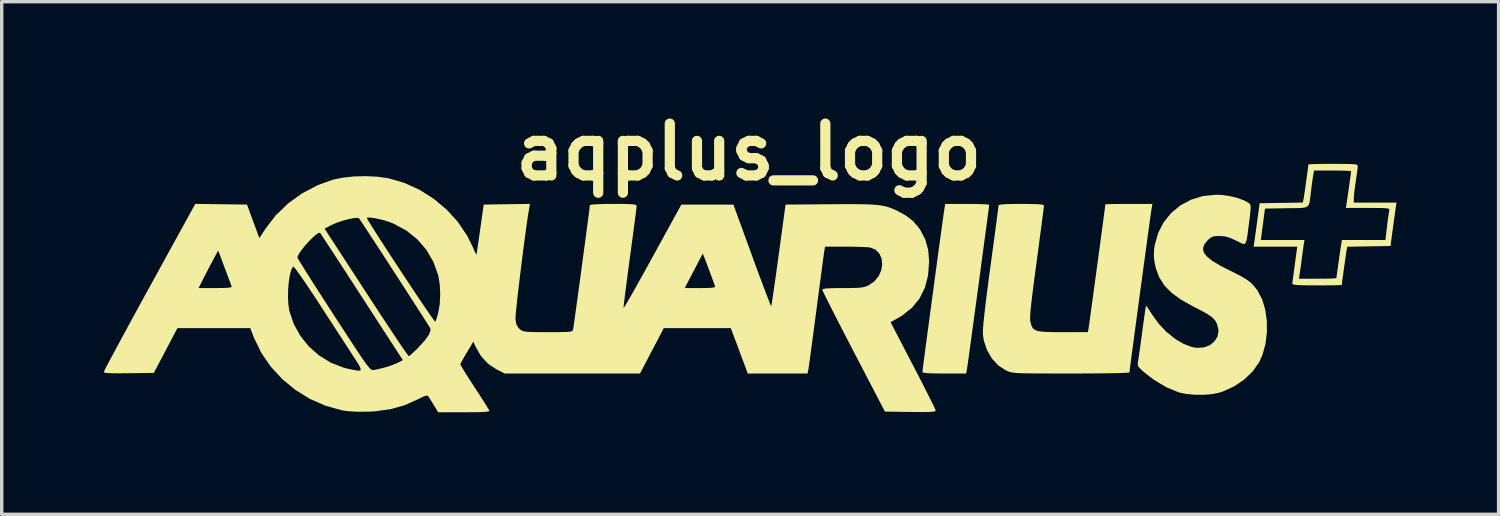
<source format=kicad_pcb>
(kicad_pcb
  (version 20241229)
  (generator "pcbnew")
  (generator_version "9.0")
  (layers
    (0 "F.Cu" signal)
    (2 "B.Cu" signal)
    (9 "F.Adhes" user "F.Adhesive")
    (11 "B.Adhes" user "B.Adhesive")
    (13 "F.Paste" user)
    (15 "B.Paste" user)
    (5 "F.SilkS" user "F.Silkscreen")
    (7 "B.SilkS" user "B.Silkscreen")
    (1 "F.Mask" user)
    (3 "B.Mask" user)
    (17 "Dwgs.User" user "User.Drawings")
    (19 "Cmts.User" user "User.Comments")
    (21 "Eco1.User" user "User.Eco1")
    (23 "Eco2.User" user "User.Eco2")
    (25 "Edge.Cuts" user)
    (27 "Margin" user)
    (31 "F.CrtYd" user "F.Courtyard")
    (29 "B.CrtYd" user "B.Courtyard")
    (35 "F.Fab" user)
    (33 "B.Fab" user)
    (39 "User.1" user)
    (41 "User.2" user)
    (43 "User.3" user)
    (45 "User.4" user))
  (footprint "aqplus_logo"
    (layer "F.Cu")
    (at 18.962 5.418)
    (property "Reference" "aqplus_logo" (at 0 -4 0) (layer "F.SilkS") (effects (font (size 1.524 1.524) (thickness 0.3))))
    (attr board_only exclude_from_pos_files exclude_from_bom)
    (fp_poly (pts (xy 6.637 -2.472) (xy 6.821 -2.468) (xy 6.963 -2.461) (xy 7.048 -2.454) (xy 7.066 -2.447) (xy 7.061 -2.403) (xy 7.047 -2.289) (xy 7.024 -2.113) (xy 6.993 -1.884) (xy 6.957 -1.61) (xy 6.915 -1.299) (xy 6.869 -0.959) (xy 6.821 -0.599) (xy 6.771 -0.226) (xy 6.72 0.151) (xy 6.669 0.524) (xy 6.62 0.885) (xy 6.574 1.226) (xy 6.531 1.538) (xy 6.493 1.814) (xy 6.462 2.045) (xy 6.437 2.223) (xy 6.42 2.34) (xy 6.413 2.385) (xy 6.39 2.513) (xy 5.747 2.513) (xy 5.48 2.51) (xy 5.287 2.504) (xy 5.164 2.493) (xy 5.108 2.476) (xy 5.104 2.469) (xy 5.109 2.421) (xy 5.123 2.304) (xy 5.146 2.125) (xy 5.177 1.894) (xy 5.213 1.617) (xy 5.255 1.304) (xy 5.301 0.962) (xy 5.349 0.6) (xy 5.4 0.226) (xy 5.451 -0.152) (xy 5.501 -0.526) (xy 5.55 -0.886) (xy 5.596 -1.226) (xy 5.639 -1.537) (xy 5.677 -1.811) (xy 5.708 -2.039) (xy 5.733 -2.213) (xy 5.749 -2.326) (xy 5.755 -2.365) (xy 5.777 -2.473) (xy 6.422 -2.473)) (stroke (width 0) (type solid)) (fill yes) (layer "F.SilkS"))
    (fp_poly (pts (xy 13.883 -2.739) (xy 14.114 -2.709) (xy 14.345 -2.654) (xy 14.549 -2.582) (xy 14.701 -2.499) (xy 14.729 -2.474) (xy 14.747 -2.441) (xy 14.754 -2.386) (xy 14.749 -2.295) (xy 14.735 -2.155) (xy 14.71 -1.953) (xy 14.705 -1.92) (xy 14.674 -1.674) (xy 14.65 -1.497) (xy 14.627 -1.381) (xy 14.598 -1.316) (xy 14.558 -1.295) (xy 14.5 -1.308) (xy 14.418 -1.348) (xy 14.328 -1.394) (xy 14.154 -1.474) (xy 14.012 -1.516) (xy 13.869 -1.531) (xy 13.836 -1.531) (xy 13.701 -1.526) (xy 13.61 -1.501) (xy 13.531 -1.445) (xy 13.481 -1.398) (xy 13.386 -1.277) (xy 13.35 -1.161) (xy 13.376 -1.044) (xy 13.468 -0.925) (xy 13.628 -0.797) (xy 13.858 -0.659) (xy 14.11 -0.53) (xy 14.348 -0.412) (xy 14.527 -0.316) (xy 14.662 -0.231) (xy 14.767 -0.148) (xy 14.854 -0.056) (xy 14.938 0.053) (xy 14.954 0.075) (xy 15.089 0.327) (xy 15.18 0.628) (xy 15.227 0.959) (xy 15.23 1.303) (xy 15.188 1.643) (xy 15.1 1.962) (xy 15.005 2.174) (xy 14.818 2.444) (xy 14.568 2.685) (xy 14.27 2.887) (xy 13.938 3.04) (xy 13.822 3.078) (xy 13.616 3.118) (xy 13.366 3.137) (xy 13.101 3.135) (xy 12.851 3.112) (xy 12.647 3.069) (xy 12.64 3.067) (xy 12.276 2.916) (xy 11.914 2.7) (xy 11.681 2.524) (xy 11.554 2.416) (xy 11.478 2.34) (xy 11.441 2.282) (xy 11.434 2.226) (xy 11.439 2.183) (xy 11.451 2.107) (xy 11.471 1.967) (xy 11.498 1.778) (xy 11.529 1.555) (xy 11.562 1.311) (xy 11.564 1.296) (xy 11.596 1.06) (xy 11.624 0.853) (xy 11.649 0.686) (xy 11.666 0.572) (xy 11.676 0.521) (xy 11.677 0.52) (xy 11.7 0.545) (xy 11.754 0.622) (xy 11.826 0.735) (xy 11.839 0.755) (xy 12.038 1.033) (xy 12.269 1.28) (xy 12.519 1.485) (xy 12.776 1.639) (xy 13.027 1.734) (xy 13.169 1.758) (xy 13.379 1.745) (xy 13.557 1.677) (xy 13.694 1.563) (xy 13.781 1.417) (xy 13.809 1.247) (xy 13.769 1.067) (xy 13.759 1.045) (xy 13.717 0.967) (xy 13.663 0.898) (xy 13.585 0.832) (xy 13.474 0.759) (xy 13.316 0.671) (xy 13.101 0.56) (xy 13.051 0.535) (xy 12.705 0.341) (xy 12.43 0.141) (xy 12.22 -0.073) (xy 12.068 -0.308) (xy 11.967 -0.573) (xy 11.929 -0.744) (xy 11.906 -0.942) (xy 11.913 -1.133) (xy 11.933 -1.264) (xy 12.034 -1.621) (xy 12.199 -1.939) (xy 12.42 -2.211) (xy 12.691 -2.433) (xy 13.004 -2.599) (xy 13.352 -2.705) (xy 13.728 -2.743)) (stroke (width 0) (type solid)) (fill yes) (layer "F.SilkS"))
    (fp_poly (pts (xy 11.842 -2.346) (xy 11.833 -2.286) (xy 11.814 -2.158) (xy 11.788 -1.97) (xy 11.755 -1.731) (xy 11.716 -1.448) (xy 11.673 -1.13) (xy 11.626 -0.785) (xy 11.577 -0.421) (xy 11.526 -0.047) (xy 11.475 0.33) (xy 11.425 0.701) (xy 11.377 1.058) (xy 11.332 1.393) (xy 11.291 1.698) (xy 11.255 1.964) (xy 11.226 2.184) (xy 11.205 2.348) (xy 11.192 2.45) (xy 11.189 2.481) (xy 11.151 2.487) (xy 11.042 2.493) (xy 10.871 2.499) (xy 10.645 2.504) (xy 10.373 2.508) (xy 10.061 2.51) (xy 9.719 2.512) (xy 9.471 2.512) (xy 9.059 2.512) (xy 8.718 2.511) (xy 8.441 2.51) (xy 8.219 2.508) (xy 8.044 2.504) (xy 7.911 2.499) (xy 7.81 2.491) (xy 7.733 2.48) (xy 7.675 2.467) (xy 7.626 2.451) (xy 7.579 2.431) (xy 7.557 2.42) (xy 7.335 2.276) (xy 7.147 2.072) (xy 7.002 1.823) (xy 6.909 1.545) (xy 6.882 1.36) (xy 6.882 1.252) (xy 6.894 1.076) (xy 6.918 0.831) (xy 6.954 0.515) (xy 7.002 0.125) (xy 7.063 -0.338) (xy 7.103 -0.63) (xy 7.152 -0.993) (xy 7.198 -1.332) (xy 7.239 -1.64) (xy 7.275 -1.908) (xy 7.304 -2.129) (xy 7.326 -2.294) (xy 7.338 -2.396) (xy 7.341 -2.426) (xy 7.364 -2.445) (xy 7.438 -2.458) (xy 7.569 -2.467) (xy 7.765 -2.472) (xy 8.009 -2.473) (xy 8.266 -2.472) (xy 8.453 -2.467) (xy 8.578 -2.459) (xy 8.65 -2.446) (xy 8.676 -2.428) (xy 8.676 -2.424) (xy 8.671 -2.376) (xy 8.657 -2.258) (xy 8.634 -2.079) (xy 8.604 -1.848) (xy 8.567 -1.573) (xy 8.526 -1.261) (xy 8.481 -0.923) (xy 8.459 -0.757) (xy 8.404 -0.346) (xy 8.359 -0.005) (xy 8.325 0.272) (xy 8.299 0.494) (xy 8.282 0.667) (xy 8.273 0.798) (xy 8.27 0.896) (xy 8.273 0.966) (xy 8.283 1.017) (xy 8.283 1.018) (xy 8.311 1.108) (xy 8.347 1.177) (xy 8.401 1.226) (xy 8.484 1.259) (xy 8.606 1.28) (xy 8.779 1.291) (xy 9.011 1.295) (xy 9.233 1.296) (xy 9.968 1.296) (xy 9.99 1.168) (xy 9.999 1.111) (xy 10.016 0.988) (xy 10.041 0.807) (xy 10.072 0.579) (xy 10.109 0.313) (xy 10.149 0.017) (xy 10.192 -0.298) (xy 10.236 -0.623) (xy 10.28 -0.949) (xy 10.323 -1.266) (xy 10.363 -1.564) (xy 10.4 -1.836) (xy 10.431 -2.07) (xy 10.456 -2.257) (xy 10.473 -2.389) (xy 10.481 -2.456) (xy 10.482 -2.462) (xy 10.519 -2.465) (xy 10.622 -2.469) (xy 10.779 -2.471) (xy 10.976 -2.473) (xy 11.173 -2.473) (xy 11.865 -2.473)) (stroke (width 0) (type solid)) (fill yes) (layer "F.SilkS"))
    (fp_poly (pts (xy 17.432 -3.65) (xy 17.62 -3.648) (xy 17.75 -3.643) (xy 17.833 -3.635) (xy 17.879 -3.621) (xy 17.898 -3.602) (xy 17.901 -3.582) (xy 17.895 -3.515) (xy 17.879 -3.391) (xy 17.857 -3.232) (xy 17.843 -3.141) (xy 17.817 -2.962) (xy 17.797 -2.799) (xy 17.786 -2.676) (xy 17.785 -2.64) (xy 17.784 -2.513) (xy 19.041 -2.513) (xy 19.018 -2.365) (xy 19.004 -2.269) (xy 18.983 -2.116) (xy 18.957 -1.927) (xy 18.929 -1.727) (xy 18.864 -1.237) (xy 18.227 -1.226) (xy 17.591 -1.215) (xy 17.569 -1.088) (xy 17.557 -1.013) (xy 17.539 -0.886) (xy 17.516 -0.727) (xy 17.492 -0.554) (xy 17.469 -0.385) (xy 17.449 -0.239) (xy 17.435 -0.135) (xy 17.431 -0.091) (xy 17.393 -0.087) (xy 17.29 -0.084) (xy 17.132 -0.081) (xy 16.933 -0.079) (xy 16.704 -0.079) (xy 16.435 -0.08) (xy 16.236 -0.084) (xy 16.1 -0.092) (xy 16.018 -0.103) (xy 15.982 -0.119) (xy 15.979 -0.128) (xy 15.985 -0.183) (xy 15.999 -0.3) (xy 16.02 -0.463) (xy 16.046 -0.655) (xy 16.051 -0.697) (xy 16.122 -1.217) (xy 14.839 -1.217) (xy 14.862 -1.364) (xy 14.869 -1.413) (xy 15.052 -1.413) (xy 16.335 -1.413) (xy 16.314 -1.286) (xy 16.299 -1.185) (xy 16.278 -1.036) (xy 16.256 -0.868) (xy 16.253 -0.844) (xy 16.231 -0.676) (xy 16.209 -0.523) (xy 16.193 -0.413) (xy 16.191 -0.402) (xy 16.171 -0.275) (xy 16.722 -0.275) (xy 16.92 -0.276) (xy 17.086 -0.279) (xy 17.207 -0.285) (xy 17.269 -0.291) (xy 17.274 -0.293) (xy 17.279 -0.338) (xy 17.293 -0.443) (xy 17.313 -0.589) (xy 17.337 -0.758) (xy 17.361 -0.932) (xy 17.384 -1.092) (xy 17.403 -1.22) (xy 17.414 -1.286) (xy 17.434 -1.413) (xy 18.714 -1.413) (xy 18.761 -1.816) (xy 18.783 -1.992) (xy 18.804 -2.143) (xy 18.821 -2.25) (xy 18.829 -2.287) (xy 18.831 -2.312) (xy 18.813 -2.33) (xy 18.764 -2.343) (xy 18.674 -2.35) (xy 18.532 -2.354) (xy 18.328 -2.355) (xy 18.2 -2.355) (xy 17.55 -2.355) (xy 17.568 -2.463) (xy 17.581 -2.545) (xy 17.6 -2.675) (xy 17.623 -2.835) (xy 17.648 -3.007) (xy 17.671 -3.172) (xy 17.69 -3.31) (xy 17.702 -3.405) (xy 17.705 -3.436) (xy 17.669 -3.443) (xy 17.567 -3.449) (xy 17.416 -3.453) (xy 17.228 -3.455) (xy 17.16 -3.455) (xy 16.615 -3.455) (xy 16.593 -3.327) (xy 16.577 -3.228) (xy 16.556 -3.079) (xy 16.534 -2.909) (xy 16.529 -2.866) (xy 16.507 -2.679) (xy 16.489 -2.544) (xy 16.463 -2.453) (xy 16.416 -2.396) (xy 16.338 -2.365) (xy 16.216 -2.353) (xy 16.038 -2.349) (xy 15.811 -2.347) (xy 15.173 -2.336) (xy 15.113 -1.875) (xy 15.052 -1.413) (xy 14.869 -1.413) (xy 14.876 -1.461) (xy 14.897 -1.614) (xy 14.923 -1.802) (xy 14.95 -2.002) (xy 15.016 -2.493) (xy 15.651 -2.504) (xy 16.286 -2.514) (xy 16.308 -2.621) (xy 16.32 -2.691) (xy 16.338 -2.815) (xy 16.361 -2.973) (xy 16.386 -3.148) (xy 16.41 -3.32) (xy 16.43 -3.471) (xy 16.444 -3.581) (xy 16.449 -3.633) (xy 16.486 -3.638) (xy 16.59 -3.644) (xy 16.747 -3.647) (xy 16.947 -3.65) (xy 17.175 -3.651)) (stroke (width 0) (type solid)) (fill yes) (layer "F.SilkS"))
    (fp_poly (pts (xy -10.895 -3.272) (xy -10.595 -3.227) (xy -10.126 -3.092) (xy -9.677 -2.888) (xy -9.259 -2.623) (xy -8.881 -2.305) (xy -8.551 -1.942) (xy -8.28 -1.54) (xy -8.123 -1.226) (xy -8.069 -1.101) (xy -8.027 -1.014) (xy -8.006 -0.981) (xy -8.005 -0.981) (xy -7.998 -1.025) (xy -7.982 -1.133) (xy -7.958 -1.295) (xy -7.929 -1.496) (xy -7.896 -1.726) (xy -7.896 -1.727) (xy -7.793 -2.454) (xy -6.434 -2.475) (xy -6.456 -2.347) (xy -6.486 -2.163) (xy -6.521 -1.93) (xy -6.559 -1.658) (xy -6.599 -1.358) (xy -6.641 -1.04) (xy -6.682 -0.714) (xy -6.722 -0.391) (xy -6.759 -0.081) (xy -6.793 0.205) (xy -6.82 0.458) (xy -6.842 0.667) (xy -6.855 0.821) (xy -6.859 0.91) (xy -6.859 0.92) (xy -6.833 1.064) (xy -6.779 1.161) (xy -6.736 1.205) (xy -6.695 1.237) (xy -6.651 1.26) (xy -6.592 1.276) (xy -6.504 1.287) (xy -6.377 1.292) (xy -6.197 1.295) (xy -5.953 1.296) (xy -5.907 1.296) (xy -5.652 1.295) (xy -5.466 1.294) (xy -5.336 1.289) (xy -5.252 1.281) (xy -5.203 1.268) (xy -5.178 1.248) (xy -5.167 1.22) (xy -5.164 1.207) (xy -5.155 1.153) (xy -5.137 1.032) (xy -5.112 0.852) (xy -5.081 0.624) (xy -5.044 0.357) (xy -5.003 0.061) (xy -4.96 -0.256) (xy -4.916 -0.583) (xy -4.872 -0.911) (xy -4.829 -1.23) (xy -4.789 -1.531) (xy -4.753 -1.805) (xy -4.721 -2.041) (xy -4.697 -2.231) (xy -4.68 -2.365) (xy -4.672 -2.433) (xy -4.672 -2.439) (xy -4.635 -2.45) (xy -4.531 -2.46) (xy -4.375 -2.467) (xy -4.178 -2.472) (xy -3.985 -2.473) (xy -3.735 -2.473) (xy -3.553 -2.47) (xy -3.429 -2.464) (xy -3.352 -2.454) (xy -3.312 -2.439) (xy -3.298 -2.418) (xy -3.298 -2.411) (xy -3.303 -2.359) (xy -3.317 -2.239) (xy -3.34 -2.058) (xy -3.371 -1.827) (xy -3.407 -1.554) (xy -3.448 -1.248) (xy -3.492 -0.919) (xy -3.496 -0.895) (xy -3.54 -0.566) (xy -3.58 -0.261) (xy -3.615 0.01) (xy -3.644 0.24) (xy -3.666 0.418) (xy -3.679 0.537) (xy -3.682 0.588) (xy -3.682 0.589) (xy -3.661 0.562) (xy -3.607 0.473) (xy -3.523 0.328) (xy -3.412 0.135) (xy -3.336 0) (xy -1.884 0) (xy -1.428 0) (xy -1.225 -0.002) (xy -1.09 -0.009) (xy -1.015 -0.022) (xy -0.989 -0.041) (xy -0.99 -0.049) (xy -1.047 -0.207) (xy -1.112 -0.383) (xy -1.178 -0.562) (xy -1.241 -0.729) (xy -1.295 -0.869) (xy -1.334 -0.968) (xy -1.353 -1.011) (xy -1.354 -1.011) (xy -1.374 -0.975) (xy -1.423 -0.881) (xy -1.495 -0.743) (xy -1.584 -0.574) (xy -1.622 -0.501) (xy -1.884 0) (xy -3.336 0) (xy -3.28 -0.101) (xy -3.128 -0.371) (xy -2.963 -0.67) (xy -2.827 -0.917) (xy -1.983 -2.454) (xy -0.453 -2.454) (xy 0.095 -0.952) (xy 0.213 -0.628) (xy 0.324 -0.329) (xy 0.424 -0.063) (xy 0.51 0.164) (xy 0.579 0.343) (xy 0.628 0.467) (xy 0.655 0.527) (xy 0.659 0.532) (xy 0.668 0.49) (xy 0.686 0.38) (xy 0.712 0.209) (xy 0.744 -0.015) (xy 0.783 -0.282) (xy 0.825 -0.584) (xy 0.87 -0.912) (xy 0.878 -0.969) (xy 1.08 -2.454) (xy 2.395 -2.464) (xy 2.789 -2.467) (xy 3.114 -2.467) (xy 3.379 -2.463) (xy 3.594 -2.456) (xy 3.769 -2.443) (xy 3.913 -2.424) (xy 4.035 -2.398) (xy 4.145 -2.364) (xy 4.253 -2.322) (xy 4.356 -2.275) (xy 4.62 -2.131) (xy 4.826 -1.971) (xy 4.993 -1.78) (xy 5.037 -1.717) (xy 5.187 -1.43) (xy 5.274 -1.116) (xy 5.3 -0.78) (xy 5.269 -0.371) (xy 5.176 -0.01) (xy 5.019 0.305) (xy 4.799 0.576) (xy 4.515 0.803) (xy 4.4 0.872) (xy 4.167 1.003) (xy 4.831 2.278) (xy 4.983 2.571) (xy 5.122 2.842) (xy 5.245 3.085) (xy 5.348 3.29) (xy 5.427 3.45) (xy 5.477 3.557) (xy 5.495 3.603) (xy 5.495 3.603) (xy 5.479 3.621) (xy 5.424 3.633) (xy 5.321 3.641) (xy 5.163 3.645) (xy 4.941 3.644) (xy 4.748 3.642) (xy 4.001 3.631) (xy 3.081 1.865) (xy 2.902 1.52) (xy 2.734 1.195) (xy 2.581 0.897) (xy 2.447 0.634) (xy 2.334 0.411) (xy 2.247 0.235) (xy 2.188 0.114) (xy 2.161 0.054) (xy 2.16 0.049) (xy 2.18 0.029) (xy 2.245 0.015) (xy 2.364 0.006) (xy 2.546 0.001) (xy 2.759 0) (xy 2.995 -0.001) (xy 3.167 -0.005) (xy 3.291 -0.014) (xy 3.383 -0.03) (xy 3.459 -0.054) (xy 3.534 -0.088) (xy 3.534 -0.088) (xy 3.7 -0.205) (xy 3.82 -0.355) (xy 3.895 -0.525) (xy 3.922 -0.701) (xy 3.903 -0.869) (xy 3.837 -1.017) (xy 3.724 -1.13) (xy 3.567 -1.193) (xy 3.485 -1.201) (xy 3.342 -1.208) (xy 3.156 -1.214) (xy 2.942 -1.217) (xy 2.843 -1.217) (xy 2.241 -1.217) (xy 2.219 -1.089) (xy 2.21 -1.024) (xy 2.191 -0.889) (xy 2.165 -0.695) (xy 2.132 -0.449) (xy 2.093 -0.16) (xy 2.051 0.162) (xy 2.005 0.508) (xy 1.982 0.687) (xy 1.935 1.041) (xy 1.891 1.373) (xy 1.851 1.674) (xy 1.815 1.937) (xy 1.786 2.152) (xy 1.763 2.31) (xy 1.749 2.404) (xy 1.746 2.424) (xy 1.726 2.513) (xy -0.03 2.513) (xy -0.279 1.845) (xy -0.529 1.178) (xy -2.499 1.178) (xy -2.849 1.845) (xy -3.198 2.513) (xy -7.172 2.513) (xy -7.416 2.39) (xy -7.669 2.221) (xy -7.879 1.99) (xy -8.023 1.738) (xy -8.097 1.575) (xy -8.288 1.893) (xy -8.371 2.034) (xy -8.436 2.151) (xy -8.474 2.226) (xy -8.48 2.244) (xy -8.459 2.285) (xy -8.402 2.382) (xy -8.315 2.522) (xy -8.204 2.697) (xy -8.076 2.894) (xy -8.063 2.915) (xy -7.932 3.115) (xy -7.816 3.295) (xy -7.722 3.443) (xy -7.657 3.549) (xy -7.627 3.6) (xy -7.627 3.602) (xy -7.636 3.62) (xy -7.687 3.633) (xy -7.786 3.642) (xy -7.942 3.648) (xy -8.163 3.65) (xy -8.369 3.651) (xy -9.131 3.651) (xy -9.257 3.445) (xy -9.33 3.326) (xy -9.39 3.228) (xy -9.419 3.183) (xy -9.449 3.16) (xy -9.504 3.166) (xy -9.598 3.205) (xy -9.724 3.269) (xy -10.122 3.445) (xy -10.539 3.562) (xy -10.992 3.624) (xy -11.189 3.634) (xy -11.534 3.635) (xy -11.819 3.616) (xy -11.954 3.595) (xy -12.441 3.46) (xy -12.902 3.258) (xy -13.329 2.994) (xy -13.715 2.676) (xy -14.052 2.31) (xy -14.332 1.902) (xy -14.547 1.459) (xy -14.566 1.411) (xy -14.653 1.178) (xy -16.797 1.178) (xy -17.143 1.835) (xy -17.489 2.493) (xy -18.226 2.504) (xy -18.499 2.506) (xy -18.702 2.505) (xy -18.842 2.499) (xy -18.925 2.489) (xy -18.96 2.473) (xy -18.962 2.467) (xy -18.943 2.426) (xy -18.89 2.321) (xy -18.805 2.159) (xy -18.69 1.945) (xy -18.55 1.684) (xy -18.387 1.383) (xy -18.205 1.047) (xy -18.005 0.681) (xy -17.792 0.291) (xy -17.771 0.254) (xy -13.546 0.254) (xy -13.536 0.471) (xy -13.509 0.659) (xy -13.506 0.672) (xy -13.379 1.052) (xy -13.185 1.403) (xy -12.934 1.715) (xy -12.632 1.981) (xy -12.291 2.191) (xy -11.917 2.338) (xy -11.777 2.373) (xy -11.602 2.41) (xy -11.483 2.429) (xy -11.419 2.421) (xy -11.407 2.378) (xy -11.444 2.292) (xy -11.528 2.155) (xy -11.646 1.973) (xy -11.744 1.822) (xy -11.876 1.619) (xy -12.034 1.374) (xy -12.211 1.102) (xy -12.398 0.815) (xy -12.586 0.525) (xy -12.653 0.421) (xy -12.834 0.146) (xy -12.997 -0.098) (xy -13.138 -0.304) (xy -13.253 -0.465) (xy -13.337 -0.577) (xy -13.386 -0.631) (xy -13.396 -0.635) (xy -13.448 -0.542) (xy -13.491 -0.39) (xy -13.522 -0.194) (xy -13.541 0.026) (xy -13.546 0.254) (xy -17.771 0.254) (xy -17.632 0) (xy -16.175 0) (xy -15.68 0) (xy -15.466 -0.002) (xy -15.322 -0.008) (xy -15.237 -0.019) (xy -15.203 -0.037) (xy -15.203 -0.049) (xy -15.222 -0.102) (xy -15.264 -0.214) (xy -15.322 -0.369) (xy -15.391 -0.552) (xy -15.409 -0.601) (xy -15.521 -0.901) (xy -13.269 -0.901) (xy -13.248 -0.859) (xy -13.189 -0.759) (xy -13.094 -0.605) (xy -12.969 -0.406) (xy -12.817 -0.166) (xy -12.642 0.106) (xy -12.449 0.406) (xy -12.242 0.726) (xy -12.202 0.788) (xy -11.961 1.158) (xy -11.759 1.468) (xy -11.592 1.723) (xy -11.456 1.928) (xy -11.347 2.089) (xy -11.261 2.21) (xy -11.195 2.297) (xy -11.145 2.355) (xy -11.106 2.391) (xy -11.075 2.408) (xy -11.048 2.412) (xy -11.021 2.409) (xy -11.014 2.408) (xy -10.907 2.386) (xy -10.764 2.351) (xy -10.679 2.329) (xy -10.526 2.28) (xy -10.378 2.223) (xy -10.317 2.194) (xy -10.169 2.119) (xy -10.455 1.678) (xy -10.54 1.547) (xy -10.661 1.361) (xy -10.812 1.128) (xy -10.987 0.859) (xy -11.178 0.563) (xy -11.381 0.251) (xy -11.588 -0.068) (xy -11.658 -0.177) (xy -11.852 -0.476) (xy -12.034 -0.756) (xy -12.199 -1.008) (xy -12.341 -1.227) (xy -12.458 -1.404) (xy -12.543 -1.534) (xy -12.593 -1.609) (xy -12.604 -1.624) (xy -12.649 -1.62) (xy -12.728 -1.567) (xy -12.83 -1.476) (xy -12.943 -1.361) (xy -13.055 -1.235) (xy -13.154 -1.11) (xy -13.229 -1) (xy -13.267 -0.918) (xy -13.269 -0.901) (xy -15.521 -0.901) (xy -15.598 -1.104) (xy -15.732 -0.856) (xy -15.817 -0.696) (xy -15.918 -0.504) (xy -16.012 -0.32) (xy -16.021 -0.304) (xy -16.175 0) (xy -17.632 0) (xy -17.617 -0.027) (xy -16.272 -2.474) (xy -15.512 -2.464) (xy -14.751 -2.454) (xy -14.57 -1.961) (xy -14.388 -1.469) (xy -14.211 -1.739) (xy -14.206 -1.747) (xy -12.471 -1.747) (xy -11.251 0.127) (xy -11.026 0.472) (xy -10.813 0.796) (xy -10.616 1.094) (xy -10.44 1.36) (xy -10.288 1.587) (xy -10.163 1.771) (xy -10.07 1.905) (xy -10.013 1.983) (xy -9.996 2.002) (xy -9.955 1.976) (xy -9.875 1.905) (xy -9.768 1.803) (xy -9.714 1.748) (xy -9.53 1.547) (xy -9.411 1.383) (xy -9.358 1.258) (xy -9.361 1.19) (xy -9.385 1.147) (xy -9.448 1.047) (xy -9.543 0.897) (xy -9.666 0.704) (xy -9.812 0.478) (xy -9.975 0.225) (xy -10.15 -0.047) (xy -10.333 -0.329) (xy -10.518 -0.615) (xy -10.699 -0.895) (xy -10.873 -1.162) (xy -11.034 -1.408) (xy -11.177 -1.626) (xy -11.296 -1.807) (xy -11.387 -1.944) (xy -11.444 -2.029) (xy -11.461 -2.053) (xy -11.491 -2.059) (xy -11.228 -2.059) (xy -11.207 -2.017) (xy -11.148 -1.918) (xy -11.057 -1.772) (xy -10.938 -1.584) (xy -10.796 -1.364) (xy -10.637 -1.119) (xy -10.466 -0.857) (xy -10.288 -0.586) (xy -10.108 -0.313) (xy -9.931 -0.046) (xy -9.763 0.206) (xy -9.608 0.436) (xy -9.472 0.636) (xy -9.36 0.799) (xy -9.277 0.916) (xy -9.229 0.98) (xy -9.218 0.989) (xy -9.194 0.939) (xy -9.16 0.837) (xy -9.13 0.728) (xy -9.086 0.478) (xy -9.071 0.191) (xy -9.084 -0.097) (xy -9.124 -0.352) (xy -9.129 -0.373) (xy -9.271 -0.769) (xy -9.479 -1.125) (xy -9.746 -1.434) (xy -10.068 -1.692) (xy -10.438 -1.891) (xy -10.571 -1.944) (xy -10.719 -1.991) (xy -10.876 -2.03) (xy -11.023 -2.059) (xy -11.141 -2.074) (xy -11.214 -2.071) (xy -11.228 -2.059) (xy -11.491 -2.059) (xy -11.518 -2.065) (xy -11.629 -2.053) (xy -11.775 -2.023) (xy -11.937 -1.98) (xy -12.097 -1.927) (xy -12.234 -1.869) (xy -12.257 -1.858) (xy -12.471 -1.747) (xy -14.206 -1.747) (xy -13.907 -2.136) (xy -13.543 -2.487) (xy -13.13 -2.785) (xy -12.677 -3.023) (xy -12.229 -3.185) (xy -11.938 -3.246) (xy -11.6 -3.282) (xy -11.243 -3.29)) (stroke (width 0) (type solid)) (fill yes) (layer "F.SilkS")))
  (gr_rect
    (start -3 -3)
    (end 41.003 12.069)
    (stroke (width 0.1) (type default))
    (fill no)
    (layer "Edge.Cuts")))
</source>
